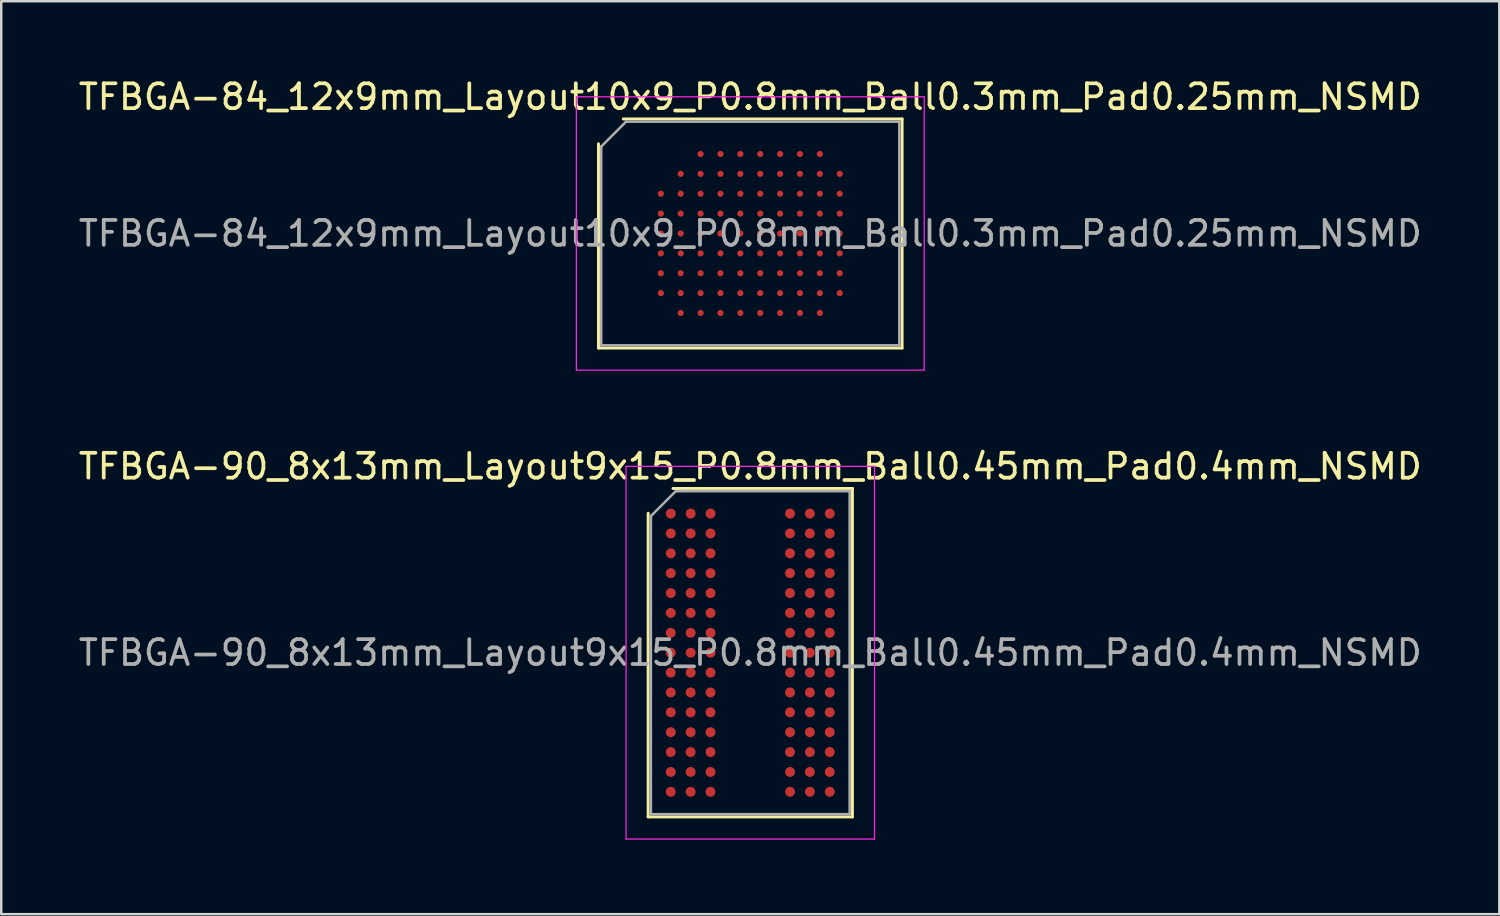
<source format=kicad_pcb>
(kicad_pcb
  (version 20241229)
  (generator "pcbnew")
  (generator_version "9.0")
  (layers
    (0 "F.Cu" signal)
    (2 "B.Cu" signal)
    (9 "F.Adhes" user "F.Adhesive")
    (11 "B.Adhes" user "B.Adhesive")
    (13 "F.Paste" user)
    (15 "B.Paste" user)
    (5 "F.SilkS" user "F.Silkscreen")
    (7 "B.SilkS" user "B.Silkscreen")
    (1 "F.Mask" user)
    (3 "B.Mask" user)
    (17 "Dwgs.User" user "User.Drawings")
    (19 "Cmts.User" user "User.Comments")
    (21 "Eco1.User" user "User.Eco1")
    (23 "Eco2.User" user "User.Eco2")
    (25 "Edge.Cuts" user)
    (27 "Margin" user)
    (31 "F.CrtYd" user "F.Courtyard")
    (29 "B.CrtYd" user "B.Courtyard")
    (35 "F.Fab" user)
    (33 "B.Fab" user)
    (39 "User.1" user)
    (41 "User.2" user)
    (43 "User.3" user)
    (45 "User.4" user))
  (footprint "TFBGA-90_8x13mm_Layout9x15_P0.8mm_Ball0.45mm_Pad0.4mm_NSMD"
    (layer "F.Cu")
    (at 27.149 23.221)
    (property "Reference" "TFBGA-90_8x13mm_Layout9x15_P0.8mm_Ball0.45mm_Pad0.4mm_NSMD" (at 0 -7.5 0) (layer "F.SilkS") (effects (font (size 1 1) (thickness 0.15))))
    (attr smd)
    (fp_line (start -4.11 6.61) (end -4.11 -5.61) (stroke (width 0.12) (type solid)) (layer "F.SilkS"))
    (fp_line (start -3.11 -6.61) (end 4.11 -6.61) (stroke (width 0.12) (type solid)) (layer "F.SilkS"))
    (fp_line (start 4.11 -6.61) (end 4.11 6.61) (stroke (width 0.12) (type solid)) (layer "F.SilkS"))
    (fp_line (start 4.11 6.61) (end -4.11 6.61) (stroke (width 0.12) (type solid)) (layer "F.SilkS"))
    (fp_line (start -5 -7.5) (end -5 7.5) (stroke (width 0.05) (type solid)) (layer "F.CrtYd"))
    (fp_line (start -5 7.5) (end 5 7.5) (stroke (width 0.05) (type solid)) (layer "F.CrtYd"))
    (fp_line (start 5 -7.5) (end -5 -7.5) (stroke (width 0.05) (type solid)) (layer "F.CrtYd"))
    (fp_line (start 5 7.5) (end 5 -7.5) (stroke (width 0.05) (type solid)) (layer "F.CrtYd"))
    (fp_line (start -4 -5.5) (end -3 -6.5) (stroke (width 0.1) (type solid)) (layer "F.Fab"))
    (fp_line (start -4 6.5) (end -4 -5.5) (stroke (width 0.1) (type solid)) (layer "F.Fab"))
    (fp_line (start -3 -6.5) (end 4 -6.5) (stroke (width 0.1) (type solid)) (layer "F.Fab"))
    (fp_line (start 4 -6.5) (end 4 6.5) (stroke (width 0.1) (type solid)) (layer "F.Fab"))
    (fp_line (start 4 6.5) (end -4 6.5) (stroke (width 0.1) (type solid)) (layer "F.Fab"))
    (fp_text user "${REFERENCE}" (at 0 0 0) (layer "F.Fab") (effects (font (size 1 1) (thickness 0.15))))
    (pad "A1" smd circle (at -3.2 -5.6) (size 0.4 0.4) (layers "F.Cu" "F.Mask" "F.Paste"))
    (pad "A2" smd circle (at -2.4 -5.6) (size 0.4 0.4) (layers "F.Cu" "F.Mask" "F.Paste"))
    (pad "A3" smd circle (at -1.6 -5.6) (size 0.4 0.4) (layers "F.Cu" "F.Mask" "F.Paste"))
    (pad "A7" smd circle (at 1.6 -5.6) (size 0.4 0.4) (layers "F.Cu" "F.Mask" "F.Paste"))
    (pad "A8" smd circle (at 2.4 -5.6) (size 0.4 0.4) (layers "F.Cu" "F.Mask" "F.Paste"))
    (pad "A9" smd circle (at 3.2 -5.6) (size 0.4 0.4) (layers "F.Cu" "F.Mask" "F.Paste"))
    (pad "B1" smd circle (at -3.2 -4.8) (size 0.4 0.4) (layers "F.Cu" "F.Mask" "F.Paste"))
    (pad "B2" smd circle (at -2.4 -4.8) (size 0.4 0.4) (layers "F.Cu" "F.Mask" "F.Paste"))
    (pad "B3" smd circle (at -1.6 -4.8) (size 0.4 0.4) (layers "F.Cu" "F.Mask" "F.Paste"))
    (pad "B7" smd circle (at 1.6 -4.8) (size 0.4 0.4) (layers "F.Cu" "F.Mask" "F.Paste"))
    (pad "B8" smd circle (at 2.4 -4.8) (size 0.4 0.4) (layers "F.Cu" "F.Mask" "F.Paste"))
    (pad "B9" smd circle (at 3.2 -4.8) (size 0.4 0.4) (layers "F.Cu" "F.Mask" "F.Paste"))
    (pad "C1" smd circle (at -3.2 -4) (size 0.4 0.4) (layers "F.Cu" "F.Mask" "F.Paste"))
    (pad "C2" smd circle (at -2.4 -4) (size 0.4 0.4) (layers "F.Cu" "F.Mask" "F.Paste"))
    (pad "C3" smd circle (at -1.6 -4) (size 0.4 0.4) (layers "F.Cu" "F.Mask" "F.Paste"))
    (pad "C7" smd circle (at 1.6 -4) (size 0.4 0.4) (layers "F.Cu" "F.Mask" "F.Paste"))
    (pad "C8" smd circle (at 2.4 -4) (size 0.4 0.4) (layers "F.Cu" "F.Mask" "F.Paste"))
    (pad "C9" smd circle (at 3.2 -4) (size 0.4 0.4) (layers "F.Cu" "F.Mask" "F.Paste"))
    (pad "D1" smd circle (at -3.2 -3.2) (size 0.4 0.4) (layers "F.Cu" "F.Mask" "F.Paste"))
    (pad "D2" smd circle (at -2.4 -3.2) (size 0.4 0.4) (layers "F.Cu" "F.Mask" "F.Paste"))
    (pad "D3" smd circle (at -1.6 -3.2) (size 0.4 0.4) (layers "F.Cu" "F.Mask" "F.Paste"))
    (pad "D7" smd circle (at 1.6 -3.2) (size 0.4 0.4) (layers "F.Cu" "F.Mask" "F.Paste"))
    (pad "D8" smd circle (at 2.4 -3.2) (size 0.4 0.4) (layers "F.Cu" "F.Mask" "F.Paste"))
    (pad "D9" smd circle (at 3.2 -3.2) (size 0.4 0.4) (layers "F.Cu" "F.Mask" "F.Paste"))
    (pad "E1" smd circle (at -3.2 -2.4) (size 0.4 0.4) (layers "F.Cu" "F.Mask" "F.Paste"))
    (pad "E2" smd circle (at -2.4 -2.4) (size 0.4 0.4) (layers "F.Cu" "F.Mask" "F.Paste"))
    (pad "E3" smd circle (at -1.6 -2.4) (size 0.4 0.4) (layers "F.Cu" "F.Mask" "F.Paste"))
    (pad "E7" smd circle (at 1.6 -2.4) (size 0.4 0.4) (layers "F.Cu" "F.Mask" "F.Paste"))
    (pad "E8" smd circle (at 2.4 -2.4) (size 0.4 0.4) (layers "F.Cu" "F.Mask" "F.Paste"))
    (pad "E9" smd circle (at 3.2 -2.4) (size 0.4 0.4) (layers "F.Cu" "F.Mask" "F.Paste"))
    (pad "F1" smd circle (at -3.2 -1.6) (size 0.4 0.4) (layers "F.Cu" "F.Mask" "F.Paste"))
    (pad "F2" smd circle (at -2.4 -1.6) (size 0.4 0.4) (layers "F.Cu" "F.Mask" "F.Paste"))
    (pad "F3" smd circle (at -1.6 -1.6) (size 0.4 0.4) (layers "F.Cu" "F.Mask" "F.Paste"))
    (pad "F7" smd circle (at 1.6 -1.6) (size 0.4 0.4) (layers "F.Cu" "F.Mask" "F.Paste"))
    (pad "F8" smd circle (at 2.4 -1.6) (size 0.4 0.4) (layers "F.Cu" "F.Mask" "F.Paste"))
    (pad "F9" smd circle (at 3.2 -1.6) (size 0.4 0.4) (layers "F.Cu" "F.Mask" "F.Paste"))
    (pad "G1" smd circle (at -3.2 -0.8) (size 0.4 0.4) (layers "F.Cu" "F.Mask" "F.Paste"))
    (pad "G2" smd circle (at -2.4 -0.8) (size 0.4 0.4) (layers "F.Cu" "F.Mask" "F.Paste"))
    (pad "G3" smd circle (at -1.6 -0.8) (size 0.4 0.4) (layers "F.Cu" "F.Mask" "F.Paste"))
    (pad "G7" smd circle (at 1.6 -0.8) (size 0.4 0.4) (layers "F.Cu" "F.Mask" "F.Paste"))
    (pad "G8" smd circle (at 2.4 -0.8) (size 0.4 0.4) (layers "F.Cu" "F.Mask" "F.Paste"))
    (pad "G9" smd circle (at 3.2 -0.8) (size 0.4 0.4) (layers "F.Cu" "F.Mask" "F.Paste"))
    (pad "H1" smd circle (at -3.2 0) (size 0.4 0.4) (layers "F.Cu" "F.Mask" "F.Paste"))
    (pad "H2" smd circle (at -2.4 0) (size 0.4 0.4) (layers "F.Cu" "F.Mask" "F.Paste"))
    (pad "H3" smd circle (at -1.6 0) (size 0.4 0.4) (layers "F.Cu" "F.Mask" "F.Paste"))
    (pad "H7" smd circle (at 1.6 0) (size 0.4 0.4) (layers "F.Cu" "F.Mask" "F.Paste"))
    (pad "H8" smd circle (at 2.4 0) (size 0.4 0.4) (layers "F.Cu" "F.Mask" "F.Paste"))
    (pad "H9" smd circle (at 3.2 0) (size 0.4 0.4) (layers "F.Cu" "F.Mask" "F.Paste"))
    (pad "J1" smd circle (at -3.2 0.8) (size 0.4 0.4) (layers "F.Cu" "F.Mask" "F.Paste"))
    (pad "J2" smd circle (at -2.4 0.8) (size 0.4 0.4) (layers "F.Cu" "F.Mask" "F.Paste"))
    (pad "J3" smd circle (at -1.6 0.8) (size 0.4 0.4) (layers "F.Cu" "F.Mask" "F.Paste"))
    (pad "J7" smd circle (at 1.6 0.8) (size 0.4 0.4) (layers "F.Cu" "F.Mask" "F.Paste"))
    (pad "J8" smd circle (at 2.4 0.8) (size 0.4 0.4) (layers "F.Cu" "F.Mask" "F.Paste"))
    (pad "J9" smd circle (at 3.2 0.8) (size 0.4 0.4) (layers "F.Cu" "F.Mask" "F.Paste"))
    (pad "K1" smd circle (at -3.2 1.6) (size 0.4 0.4) (layers "F.Cu" "F.Mask" "F.Paste"))
    (pad "K2" smd circle (at -2.4 1.6) (size 0.4 0.4) (layers "F.Cu" "F.Mask" "F.Paste"))
    (pad "K3" smd circle (at -1.6 1.6) (size 0.4 0.4) (layers "F.Cu" "F.Mask" "F.Paste"))
    (pad "K7" smd circle (at 1.6 1.6) (size 0.4 0.4) (layers "F.Cu" "F.Mask" "F.Paste"))
    (pad "K8" smd circle (at 2.4 1.6) (size 0.4 0.4) (layers "F.Cu" "F.Mask" "F.Paste"))
    (pad "K9" smd circle (at 3.2 1.6) (size 0.4 0.4) (layers "F.Cu" "F.Mask" "F.Paste"))
    (pad "L1" smd circle (at -3.2 2.4) (size 0.4 0.4) (layers "F.Cu" "F.Mask" "F.Paste"))
    (pad "L2" smd circle (at -2.4 2.4) (size 0.4 0.4) (layers "F.Cu" "F.Mask" "F.Paste"))
    (pad "L3" smd circle (at -1.6 2.4) (size 0.4 0.4) (layers "F.Cu" "F.Mask" "F.Paste"))
    (pad "L7" smd circle (at 1.6 2.4) (size 0.4 0.4) (layers "F.Cu" "F.Mask" "F.Paste"))
    (pad "L8" smd circle (at 2.4 2.4) (size 0.4 0.4) (layers "F.Cu" "F.Mask" "F.Paste"))
    (pad "L9" smd circle (at 3.2 2.4) (size 0.4 0.4) (layers "F.Cu" "F.Mask" "F.Paste"))
    (pad "M1" smd circle (at -3.2 3.2) (size 0.4 0.4) (layers "F.Cu" "F.Mask" "F.Paste"))
    (pad "M2" smd circle (at -2.4 3.2) (size 0.4 0.4) (layers "F.Cu" "F.Mask" "F.Paste"))
    (pad "M3" smd circle (at -1.6 3.2) (size 0.4 0.4) (layers "F.Cu" "F.Mask" "F.Paste"))
    (pad "M7" smd circle (at 1.6 3.2) (size 0.4 0.4) (layers "F.Cu" "F.Mask" "F.Paste"))
    (pad "M8" smd circle (at 2.4 3.2) (size 0.4 0.4) (layers "F.Cu" "F.Mask" "F.Paste"))
    (pad "M9" smd circle (at 3.2 3.2) (size 0.4 0.4) (layers "F.Cu" "F.Mask" "F.Paste"))
    (pad "N1" smd circle (at -3.2 4) (size 0.4 0.4) (layers "F.Cu" "F.Mask" "F.Paste"))
    (pad "N2" smd circle (at -2.4 4) (size 0.4 0.4) (layers "F.Cu" "F.Mask" "F.Paste"))
    (pad "N3" smd circle (at -1.6 4) (size 0.4 0.4) (layers "F.Cu" "F.Mask" "F.Paste"))
    (pad "N7" smd circle (at 1.6 4) (size 0.4 0.4) (layers "F.Cu" "F.Mask" "F.Paste"))
    (pad "N8" smd circle (at 2.4 4) (size 0.4 0.4) (layers "F.Cu" "F.Mask" "F.Paste"))
    (pad "N9" smd circle (at 3.2 4) (size 0.4 0.4) (layers "F.Cu" "F.Mask" "F.Paste"))
    (pad "P1" smd circle (at -3.2 4.8) (size 0.4 0.4) (layers "F.Cu" "F.Mask" "F.Paste"))
    (pad "P2" smd circle (at -2.4 4.8) (size 0.4 0.4) (layers "F.Cu" "F.Mask" "F.Paste"))
    (pad "P3" smd circle (at -1.6 4.8) (size 0.4 0.4) (layers "F.Cu" "F.Mask" "F.Paste"))
    (pad "P7" smd circle (at 1.6 4.8) (size 0.4 0.4) (layers "F.Cu" "F.Mask" "F.Paste"))
    (pad "P8" smd circle (at 2.4 4.8) (size 0.4 0.4) (layers "F.Cu" "F.Mask" "F.Paste"))
    (pad "P9" smd circle (at 3.2 4.8) (size 0.4 0.4) (layers "F.Cu" "F.Mask" "F.Paste"))
    (pad "R1" smd circle (at -3.2 5.6) (size 0.4 0.4) (layers "F.Cu" "F.Mask" "F.Paste"))
    (pad "R2" smd circle (at -2.4 5.6) (size 0.4 0.4) (layers "F.Cu" "F.Mask" "F.Paste"))
    (pad "R3" smd circle (at -1.6 5.6) (size 0.4 0.4) (layers "F.Cu" "F.Mask" "F.Paste"))
    (pad "R7" smd circle (at 1.6 5.6) (size 0.4 0.4) (layers "F.Cu" "F.Mask" "F.Paste"))
    (pad "R8" smd circle (at 2.4 5.6) (size 0.4 0.4) (layers "F.Cu" "F.Mask" "F.Paste"))
    (pad "R9" smd circle (at 3.2 5.6) (size 0.4 0.4) (layers "F.Cu" "F.Mask" "F.Paste")))
  (footprint "TFBGA-84_12x9mm_Layout10x9_P0.8mm_Ball0.3mm_Pad0.25mm_NSMD"
    (layer "F.Cu")
    (at 27.149 6.348)
    (property "Reference" "TFBGA-84_12x9mm_Layout10x9_P0.8mm_Ball0.3mm_Pad0.25mm_NSMD" (at 0 -5.5 0) (layer "F.SilkS") (effects (font (size 1 1) (thickness 0.15))))
    (attr smd)
    (fp_line (start -6.11 4.61) (end -6.11 -3.61) (stroke (width 0.12) (type solid)) (layer "F.SilkS"))
    (fp_line (start -5.11 -4.61) (end 6.11 -4.61) (stroke (width 0.12) (type solid)) (layer "F.SilkS"))
    (fp_line (start 6.11 -4.61) (end 6.11 4.61) (stroke (width 0.12) (type solid)) (layer "F.SilkS"))
    (fp_line (start 6.11 4.61) (end -6.11 4.61) (stroke (width 0.12) (type solid)) (layer "F.SilkS"))
    (fp_line (start -7 -5.5) (end -7 5.5) (stroke (width 0.05) (type solid)) (layer "F.CrtYd"))
    (fp_line (start -7 5.5) (end 7 5.5) (stroke (width 0.05) (type solid)) (layer "F.CrtYd"))
    (fp_line (start 7 -5.5) (end -7 -5.5) (stroke (width 0.05) (type solid)) (layer "F.CrtYd"))
    (fp_line (start 7 5.5) (end 7 -5.5) (stroke (width 0.05) (type solid)) (layer "F.CrtYd"))
    (fp_line (start -6 -3.5) (end -5 -4.5) (stroke (width 0.1) (type solid)) (layer "F.Fab"))
    (fp_line (start -6 4.5) (end -6 -3.5) (stroke (width 0.1) (type solid)) (layer "F.Fab"))
    (fp_line (start -5 -4.5) (end 6 -4.5) (stroke (width 0.1) (type solid)) (layer "F.Fab"))
    (fp_line (start 6 -4.5) (end 6 4.5) (stroke (width 0.1) (type solid)) (layer "F.Fab"))
    (fp_line (start 6 4.5) (end -6 4.5) (stroke (width 0.1) (type solid)) (layer "F.Fab"))
    (fp_text user "${REFERENCE}" (at 0 0 0) (layer "F.Fab") (effects (font (size 1 1) (thickness 0.15))))
    (pad "A3" smd circle (at -2 -3.2) (size 0.25 0.25) (layers "F.Cu" "F.Mask" "F.Paste"))
    (pad "A4" smd circle (at -1.2 -3.2) (size 0.25 0.25) (layers "F.Cu" "F.Mask" "F.Paste"))
    (pad "A5" smd circle (at -0.4 -3.2) (size 0.25 0.25) (layers "F.Cu" "F.Mask" "F.Paste"))
    (pad "A6" smd circle (at 0.4 -3.2) (size 0.25 0.25) (layers "F.Cu" "F.Mask" "F.Paste"))
    (pad "A7" smd circle (at 1.2 -3.2) (size 0.25 0.25) (layers "F.Cu" "F.Mask" "F.Paste"))
    (pad "A8" smd circle (at 2 -3.2) (size 0.25 0.25) (layers "F.Cu" "F.Mask" "F.Paste"))
    (pad "A9" smd circle (at 2.8 -3.2) (size 0.25 0.25) (layers "F.Cu" "F.Mask" "F.Paste"))
    (pad "B2" smd circle (at -2.8 -2.4) (size 0.25 0.25) (layers "F.Cu" "F.Mask" "F.Paste"))
    (pad "B3" smd circle (at -2 -2.4) (size 0.25 0.25) (layers "F.Cu" "F.Mask" "F.Paste"))
    (pad "B4" smd circle (at -1.2 -2.4) (size 0.25 0.25) (layers "F.Cu" "F.Mask" "F.Paste"))
    (pad "B5" smd circle (at -0.4 -2.4) (size 0.25 0.25) (layers "F.Cu" "F.Mask" "F.Paste"))
    (pad "B6" smd circle (at 0.4 -2.4) (size 0.25 0.25) (layers "F.Cu" "F.Mask" "F.Paste"))
    (pad "B7" smd circle (at 1.2 -2.4) (size 0.25 0.25) (layers "F.Cu" "F.Mask" "F.Paste"))
    (pad "B8" smd circle (at 2 -2.4) (size 0.25 0.25) (layers "F.Cu" "F.Mask" "F.Paste"))
    (pad "B9" smd circle (at 2.8 -2.4) (size 0.25 0.25) (layers "F.Cu" "F.Mask" "F.Paste"))
    (pad "B10" smd circle (at 3.6 -2.4) (size 0.25 0.25) (layers "F.Cu" "F.Mask" "F.Paste"))
    (pad "C1" smd circle (at -3.6 -1.6) (size 0.25 0.25) (layers "F.Cu" "F.Mask" "F.Paste"))
    (pad "C2" smd circle (at -2.8 -1.6) (size 0.25 0.25) (layers "F.Cu" "F.Mask" "F.Paste"))
    (pad "C3" smd circle (at -2 -1.6) (size 0.25 0.25) (layers "F.Cu" "F.Mask" "F.Paste"))
    (pad "C4" smd circle (at -1.2 -1.6) (size 0.25 0.25) (layers "F.Cu" "F.Mask" "F.Paste"))
    (pad "C5" smd circle (at -0.4 -1.6) (size 0.25 0.25) (layers "F.Cu" "F.Mask" "F.Paste"))
    (pad "C6" smd circle (at 0.4 -1.6) (size 0.25 0.25) (layers "F.Cu" "F.Mask" "F.Paste"))
    (pad "C7" smd circle (at 1.2 -1.6) (size 0.25 0.25) (layers "F.Cu" "F.Mask" "F.Paste"))
    (pad "C8" smd circle (at 2 -1.6) (size 0.25 0.25) (layers "F.Cu" "F.Mask" "F.Paste"))
    (pad "C9" smd circle (at 2.8 -1.6) (size 0.25 0.25) (layers "F.Cu" "F.Mask" "F.Paste"))
    (pad "C10" smd circle (at 3.6 -1.6) (size 0.25 0.25) (layers "F.Cu" "F.Mask" "F.Paste"))
    (pad "D1" smd circle (at -3.6 -0.8) (size 0.25 0.25) (layers "F.Cu" "F.Mask" "F.Paste"))
    (pad "D2" smd circle (at -2.8 -0.8) (size 0.25 0.25) (layers "F.Cu" "F.Mask" "F.Paste"))
    (pad "D3" smd circle (at -2 -0.8) (size 0.25 0.25) (layers "F.Cu" "F.Mask" "F.Paste"))
    (pad "D4" smd circle (at -1.2 -0.8) (size 0.25 0.25) (layers "F.Cu" "F.Mask" "F.Paste"))
    (pad "D5" smd circle (at -0.4 -0.8) (size 0.25 0.25) (layers "F.Cu" "F.Mask" "F.Paste"))
    (pad "D6" smd circle (at 0.4 -0.8) (size 0.25 0.25) (layers "F.Cu" "F.Mask" "F.Paste"))
    (pad "D7" smd circle (at 1.2 -0.8) (size 0.25 0.25) (layers "F.Cu" "F.Mask" "F.Paste"))
    (pad "D8" smd circle (at 2 -0.8) (size 0.25 0.25) (layers "F.Cu" "F.Mask" "F.Paste"))
    (pad "D9" smd circle (at 2.8 -0.8) (size 0.25 0.25) (layers "F.Cu" "F.Mask" "F.Paste"))
    (pad "D10" smd circle (at 3.6 -0.8) (size 0.25 0.25) (layers "F.Cu" "F.Mask" "F.Paste"))
    (pad "E1" smd circle (at -3.6 0) (size 0.25 0.25) (layers "F.Cu" "F.Mask" "F.Paste"))
    (pad "E2" smd circle (at -2.8 0) (size 0.25 0.25) (layers "F.Cu" "F.Mask" "F.Paste"))
    (pad "E3" smd circle (at -2 0) (size 0.25 0.25) (layers "F.Cu" "F.Mask" "F.Paste"))
    (pad "E4" smd circle (at -1.2 0) (size 0.25 0.25) (layers "F.Cu" "F.Mask" "F.Paste"))
    (pad "E5" smd circle (at -0.4 0) (size 0.25 0.25) (layers "F.Cu" "F.Mask" "F.Paste"))
    (pad "E6" smd circle (at 0.4 0) (size 0.25 0.25) (layers "F.Cu" "F.Mask" "F.Paste"))
    (pad "E7" smd circle (at 1.2 0) (size 0.25 0.25) (layers "F.Cu" "F.Mask" "F.Paste"))
    (pad "E8" smd circle (at 2 0) (size 0.25 0.25) (layers "F.Cu" "F.Mask" "F.Paste"))
    (pad "E9" smd circle (at 2.8 0) (size 0.25 0.25) (layers "F.Cu" "F.Mask" "F.Paste"))
    (pad "E10" smd circle (at 3.6 0) (size 0.25 0.25) (layers "F.Cu" "F.Mask" "F.Paste"))
    (pad "F1" smd circle (at -3.6 0.8) (size 0.25 0.25) (layers "F.Cu" "F.Mask" "F.Paste"))
    (pad "F2" smd circle (at -2.8 0.8) (size 0.25 0.25) (layers "F.Cu" "F.Mask" "F.Paste"))
    (pad "F3" smd circle (at -2 0.8) (size 0.25 0.25) (layers "F.Cu" "F.Mask" "F.Paste"))
    (pad "F4" smd circle (at -1.2 0.8) (size 0.25 0.25) (layers "F.Cu" "F.Mask" "F.Paste"))
    (pad "F5" smd circle (at -0.4 0.8) (size 0.25 0.25) (layers "F.Cu" "F.Mask" "F.Paste"))
    (pad "F6" smd circle (at 0.4 0.8) (size 0.25 0.25) (layers "F.Cu" "F.Mask" "F.Paste"))
    (pad "F7" smd circle (at 1.2 0.8) (size 0.25 0.25) (layers "F.Cu" "F.Mask" "F.Paste"))
    (pad "F8" smd circle (at 2 0.8) (size 0.25 0.25) (layers "F.Cu" "F.Mask" "F.Paste"))
    (pad "F9" smd circle (at 2.8 0.8) (size 0.25 0.25) (layers "F.Cu" "F.Mask" "F.Paste"))
    (pad "F10" smd circle (at 3.6 0.8) (size 0.25 0.25) (layers "F.Cu" "F.Mask" "F.Paste"))
    (pad "G1" smd circle (at -3.6 1.6) (size 0.25 0.25) (layers "F.Cu" "F.Mask" "F.Paste"))
    (pad "G2" smd circle (at -2.8 1.6) (size 0.25 0.25) (layers "F.Cu" "F.Mask" "F.Paste"))
    (pad "G3" smd circle (at -2 1.6) (size 0.25 0.25) (layers "F.Cu" "F.Mask" "F.Paste"))
    (pad "G4" smd circle (at -1.2 1.6) (size 0.25 0.25) (layers "F.Cu" "F.Mask" "F.Paste"))
    (pad "G5" smd circle (at -0.4 1.6) (size 0.25 0.25) (layers "F.Cu" "F.Mask" "F.Paste"))
    (pad "G6" smd circle (at 0.4 1.6) (size 0.25 0.25) (layers "F.Cu" "F.Mask" "F.Paste"))
    (pad "G7" smd circle (at 1.2 1.6) (size 0.25 0.25) (layers "F.Cu" "F.Mask" "F.Paste"))
    (pad "G8" smd circle (at 2 1.6) (size 0.25 0.25) (layers "F.Cu" "F.Mask" "F.Paste"))
    (pad "G9" smd circle (at 2.8 1.6) (size 0.25 0.25) (layers "F.Cu" "F.Mask" "F.Paste"))
    (pad "G10" smd circle (at 3.6 1.6) (size 0.25 0.25) (layers "F.Cu" "F.Mask" "F.Paste"))
    (pad "H1" smd circle (at -3.6 2.4) (size 0.25 0.25) (layers "F.Cu" "F.Mask" "F.Paste"))
    (pad "H2" smd circle (at -2.8 2.4) (size 0.25 0.25) (layers "F.Cu" "F.Mask" "F.Paste"))
    (pad "H3" smd circle (at -2 2.4) (size 0.25 0.25) (layers "F.Cu" "F.Mask" "F.Paste"))
    (pad "H4" smd circle (at -1.2 2.4) (size 0.25 0.25) (layers "F.Cu" "F.Mask" "F.Paste"))
    (pad "H5" smd circle (at -0.4 2.4) (size 0.25 0.25) (layers "F.Cu" "F.Mask" "F.Paste"))
    (pad "H6" smd circle (at 0.4 2.4) (size 0.25 0.25) (layers "F.Cu" "F.Mask" "F.Paste"))
    (pad "H7" smd circle (at 1.2 2.4) (size 0.25 0.25) (layers "F.Cu" "F.Mask" "F.Paste"))
    (pad "H8" smd circle (at 2 2.4) (size 0.25 0.25) (layers "F.Cu" "F.Mask" "F.Paste"))
    (pad "H9" smd circle (at 2.8 2.4) (size 0.25 0.25) (layers "F.Cu" "F.Mask" "F.Paste"))
    (pad "H10" smd circle (at 3.6 2.4) (size 0.25 0.25) (layers "F.Cu" "F.Mask" "F.Paste"))
    (pad "J2" smd circle (at -2.8 3.2) (size 0.25 0.25) (layers "F.Cu" "F.Mask" "F.Paste"))
    (pad "J3" smd circle (at -2 3.2) (size 0.25 0.25) (layers "F.Cu" "F.Mask" "F.Paste"))
    (pad "J4" smd circle (at -1.2 3.2) (size 0.25 0.25) (layers "F.Cu" "F.Mask" "F.Paste"))
    (pad "J5" smd circle (at -0.4 3.2) (size 0.25 0.25) (layers "F.Cu" "F.Mask" "F.Paste"))
    (pad "J6" smd circle (at 0.4 3.2) (size 0.25 0.25) (layers "F.Cu" "F.Mask" "F.Paste"))
    (pad "J7" smd circle (at 1.2 3.2) (size 0.25 0.25) (layers "F.Cu" "F.Mask" "F.Paste"))
    (pad "J8" smd circle (at 2 3.2) (size 0.25 0.25) (layers "F.Cu" "F.Mask" "F.Paste"))
    (pad "J9" smd circle (at 2.8 3.2) (size 0.25 0.25) (layers "F.Cu" "F.Mask" "F.Paste")))
  (gr_rect
    (start -3 -3)
    (end 57.298 33.746)
    (stroke (width 0.1) (type default))
    (fill no)
    (layer "Edge.Cuts")))
</source>
